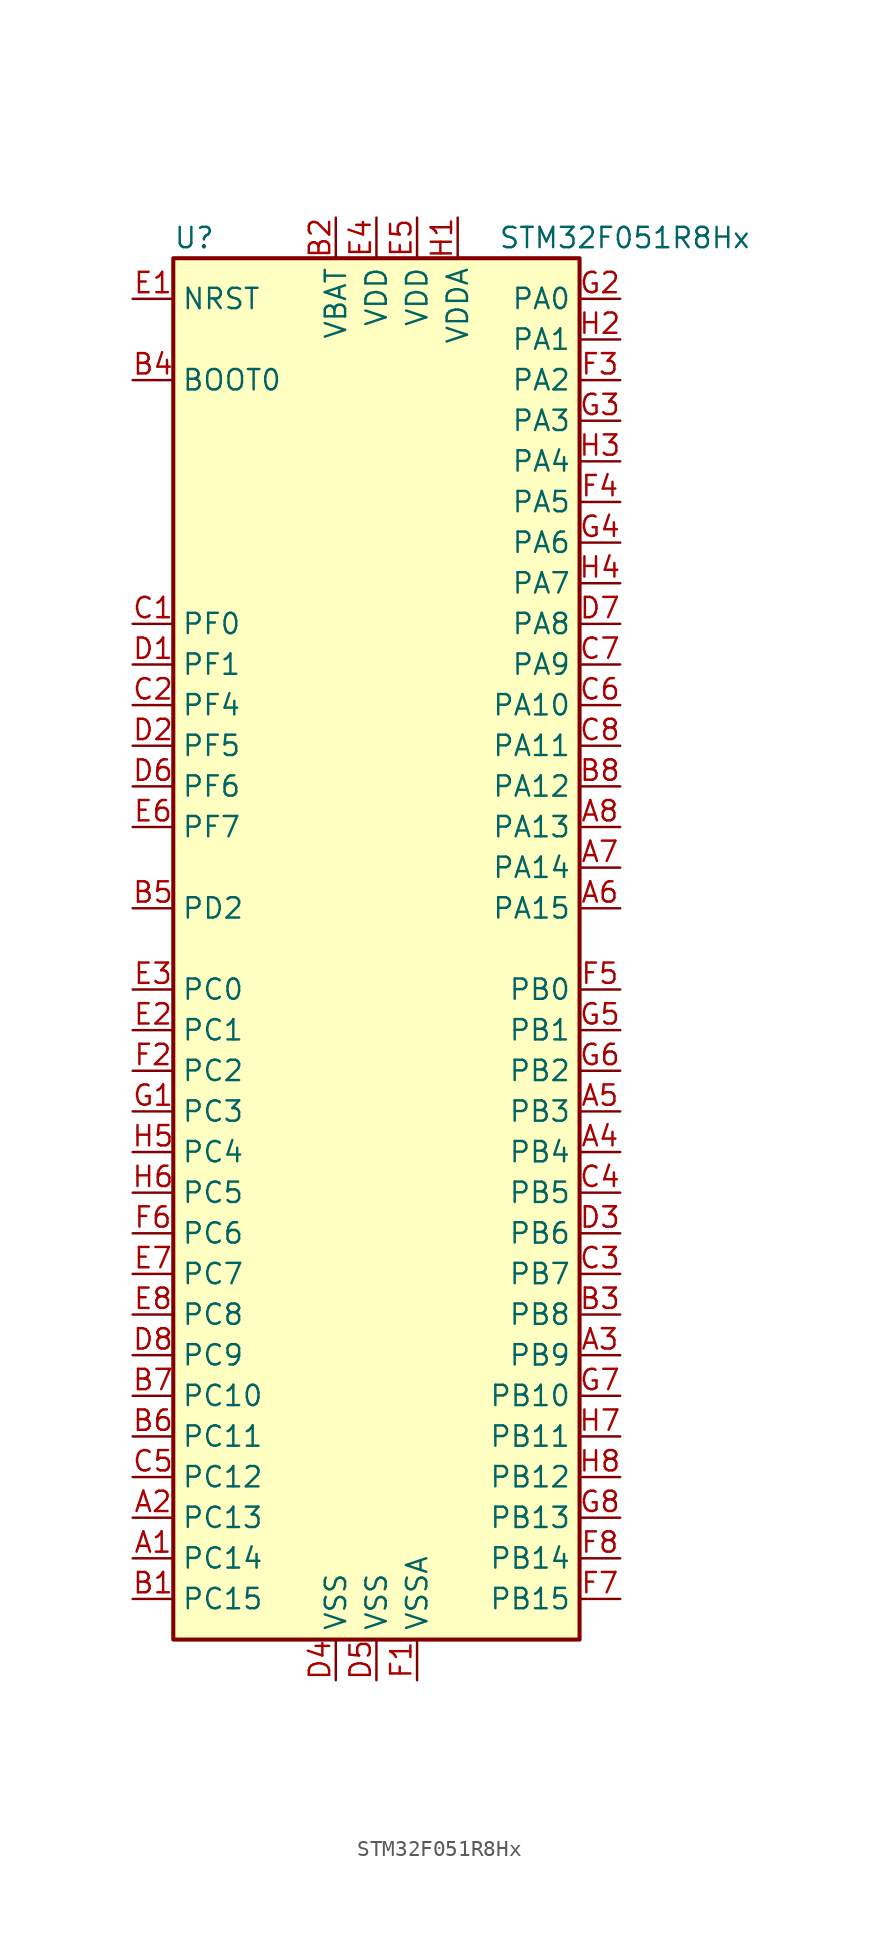
<source format=kicad_sym>
(kicad_symbol_lib
  (version 20201005)
  (generator kicad_symbol_editor)
  (symbol "STM32F051R8Hx"
    (property "Reference" "U"
      (at -12.7 44.45 0)
      (effects (font (size 1.27 1.27)) (justify left)))
    (property "Value" "STM32F051R8Hx"
      (at 7.62 44.45 0)
      (effects (font (size 1.27 1.27)) (justify left)))
    (symbol "STM32F051R8Hx_0_1"
      (rectangle (start -12.7 -43.18) (end 12.7 43.18) (stroke (width 0.254)) (fill (type background))))
    (symbol "STM32F051R8Hx_1_1"
      (pin input line (at -15.24 35.56 0) (length 2.54) (name "BOOT0" (effects (font (size 1.27 1.27)))) (number "B4" (effects (font (size 1.27 1.27)))))
      (pin input line (at -15.24 40.64 0) (length 2.54) (name "NRST" (effects (font (size 1.27 1.27)))) (number "E1" (effects (font (size 1.27 1.27)))))
      (pin bidirectional line (at 15.24 40.64 180) (length 2.54) (name "PA0" (effects (font (size 1.27 1.27)))) (number "G2" (effects (font (size 1.27 1.27)))))
      (pin bidirectional line (at 15.24 38.1 180) (length 2.54) (name "PA1" (effects (font (size 1.27 1.27)))) (number "H2" (effects (font (size 1.27 1.27)))))
      (pin bidirectional line (at 15.24 15.24 180) (length 2.54) (name "PA10" (effects (font (size 1.27 1.27)))) (number "C6" (effects (font (size 1.27 1.27)))))
      (pin bidirectional line (at 15.24 12.7 180) (length 2.54) (name "PA11" (effects (font (size 1.27 1.27)))) (number "C8" (effects (font (size 1.27 1.27)))))
      (pin bidirectional line (at 15.24 10.16 180) (length 2.54) (name "PA12" (effects (font (size 1.27 1.27)))) (number "B8" (effects (font (size 1.27 1.27)))))
      (pin bidirectional line (at 15.24 7.62 180) (length 2.54) (name "PA13" (effects (font (size 1.27 1.27)))) (number "A8" (effects (font (size 1.27 1.27)))))
      (pin bidirectional line (at 15.24 5.08 180) (length 2.54) (name "PA14" (effects (font (size 1.27 1.27)))) (number "A7" (effects (font (size 1.27 1.27)))))
      (pin bidirectional line (at 15.24 2.54 180) (length 2.54) (name "PA15" (effects (font (size 1.27 1.27)))) (number "A6" (effects (font (size 1.27 1.27)))))
      (pin bidirectional line (at 15.24 35.56 180) (length 2.54) (name "PA2" (effects (font (size 1.27 1.27)))) (number "F3" (effects (font (size 1.27 1.27)))))
      (pin bidirectional line (at 15.24 33.02 180) (length 2.54) (name "PA3" (effects (font (size 1.27 1.27)))) (number "G3" (effects (font (size 1.27 1.27)))))
      (pin bidirectional line (at 15.24 30.48 180) (length 2.54) (name "PA4" (effects (font (size 1.27 1.27)))) (number "H3" (effects (font (size 1.27 1.27)))))
      (pin bidirectional line (at 15.24 27.94 180) (length 2.54) (name "PA5" (effects (font (size 1.27 1.27)))) (number "F4" (effects (font (size 1.27 1.27)))))
      (pin bidirectional line (at 15.24 25.4 180) (length 2.54) (name "PA6" (effects (font (size 1.27 1.27)))) (number "G4" (effects (font (size 1.27 1.27)))))
      (pin bidirectional line (at 15.24 22.86 180) (length 2.54) (name "PA7" (effects (font (size 1.27 1.27)))) (number "H4" (effects (font (size 1.27 1.27)))))
      (pin bidirectional line (at 15.24 20.32 180) (length 2.54) (name "PA8" (effects (font (size 1.27 1.27)))) (number "D7" (effects (font (size 1.27 1.27)))))
      (pin bidirectional line (at 15.24 17.78 180) (length 2.54) (name "PA9" (effects (font (size 1.27 1.27)))) (number "C7" (effects (font (size 1.27 1.27)))))
      (pin bidirectional line (at 15.24 -2.54 180) (length 2.54) (name "PB0" (effects (font (size 1.27 1.27)))) (number "F5" (effects (font (size 1.27 1.27)))))
      (pin bidirectional line (at 15.24 -5.08 180) (length 2.54) (name "PB1" (effects (font (size 1.27 1.27)))) (number "G5" (effects (font (size 1.27 1.27)))))
      (pin bidirectional line (at 15.24 -27.94 180) (length 2.54) (name "PB10" (effects (font (size 1.27 1.27)))) (number "G7" (effects (font (size 1.27 1.27)))))
      (pin bidirectional line (at 15.24 -30.48 180) (length 2.54) (name "PB11" (effects (font (size 1.27 1.27)))) (number "H7" (effects (font (size 1.27 1.27)))))
      (pin bidirectional line (at 15.24 -33.02 180) (length 2.54) (name "PB12" (effects (font (size 1.27 1.27)))) (number "H8" (effects (font (size 1.27 1.27)))))
      (pin bidirectional line (at 15.24 -35.56 180) (length 2.54) (name "PB13" (effects (font (size 1.27 1.27)))) (number "G8" (effects (font (size 1.27 1.27)))))
      (pin bidirectional line (at 15.24 -38.1 180) (length 2.54) (name "PB14" (effects (font (size 1.27 1.27)))) (number "F8" (effects (font (size 1.27 1.27)))))
      (pin bidirectional line (at 15.24 -40.64 180) (length 2.54) (name "PB15" (effects (font (size 1.27 1.27)))) (number "F7" (effects (font (size 1.27 1.27)))))
      (pin bidirectional line (at 15.24 -7.62 180) (length 2.54) (name "PB2" (effects (font (size 1.27 1.27)))) (number "G6" (effects (font (size 1.27 1.27)))))
      (pin bidirectional line (at 15.24 -10.16 180) (length 2.54) (name "PB3" (effects (font (size 1.27 1.27)))) (number "A5" (effects (font (size 1.27 1.27)))))
      (pin bidirectional line (at 15.24 -12.7 180) (length 2.54) (name "PB4" (effects (font (size 1.27 1.27)))) (number "A4" (effects (font (size 1.27 1.27)))))
      (pin bidirectional line (at 15.24 -15.24 180) (length 2.54) (name "PB5" (effects (font (size 1.27 1.27)))) (number "C4" (effects (font (size 1.27 1.27)))))
      (pin bidirectional line (at 15.24 -17.78 180) (length 2.54) (name "PB6" (effects (font (size 1.27 1.27)))) (number "D3" (effects (font (size 1.27 1.27)))))
      (pin bidirectional line (at 15.24 -20.32 180) (length 2.54) (name "PB7" (effects (font (size 1.27 1.27)))) (number "C3" (effects (font (size 1.27 1.27)))))
      (pin bidirectional line (at 15.24 -22.86 180) (length 2.54) (name "PB8" (effects (font (size 1.27 1.27)))) (number "B3" (effects (font (size 1.27 1.27)))))
      (pin bidirectional line (at 15.24 -25.4 180) (length 2.54) (name "PB9" (effects (font (size 1.27 1.27)))) (number "A3" (effects (font (size 1.27 1.27)))))
      (pin bidirectional line (at -15.24 -2.54 0) (length 2.54) (name "PC0" (effects (font (size 1.27 1.27)))) (number "E3" (effects (font (size 1.27 1.27)))))
      (pin bidirectional line (at -15.24 -5.08 0) (length 2.54) (name "PC1" (effects (font (size 1.27 1.27)))) (number "E2" (effects (font (size 1.27 1.27)))))
      (pin bidirectional line (at -15.24 -27.94 0) (length 2.54) (name "PC10" (effects (font (size 1.27 1.27)))) (number "B7" (effects (font (size 1.27 1.27)))))
      (pin bidirectional line (at -15.24 -30.48 0) (length 2.54) (name "PC11" (effects (font (size 1.27 1.27)))) (number "B6" (effects (font (size 1.27 1.27)))))
      (pin bidirectional line (at -15.24 -33.02 0) (length 2.54) (name "PC12" (effects (font (size 1.27 1.27)))) (number "C5" (effects (font (size 1.27 1.27)))))
      (pin bidirectional line (at -15.24 -35.56 0) (length 2.54) (name "PC13" (effects (font (size 1.27 1.27)))) (number "A2" (effects (font (size 1.27 1.27)))))
      (pin bidirectional line (at -15.24 -38.1 0) (length 2.54) (name "PC14" (effects (font (size 1.27 1.27)))) (number "A1" (effects (font (size 1.27 1.27)))))
      (pin bidirectional line (at -15.24 -40.64 0) (length 2.54) (name "PC15" (effects (font (size 1.27 1.27)))) (number "B1" (effects (font (size 1.27 1.27)))))
      (pin bidirectional line (at -15.24 -7.62 0) (length 2.54) (name "PC2" (effects (font (size 1.27 1.27)))) (number "F2" (effects (font (size 1.27 1.27)))))
      (pin bidirectional line (at -15.24 -10.16 0) (length 2.54) (name "PC3" (effects (font (size 1.27 1.27)))) (number "G1" (effects (font (size 1.27 1.27)))))
      (pin bidirectional line (at -15.24 -12.7 0) (length 2.54) (name "PC4" (effects (font (size 1.27 1.27)))) (number "H5" (effects (font (size 1.27 1.27)))))
      (pin bidirectional line (at -15.24 -15.24 0) (length 2.54) (name "PC5" (effects (font (size 1.27 1.27)))) (number "H6" (effects (font (size 1.27 1.27)))))
      (pin bidirectional line (at -15.24 -17.78 0) (length 2.54) (name "PC6" (effects (font (size 1.27 1.27)))) (number "F6" (effects (font (size 1.27 1.27)))))
      (pin bidirectional line (at -15.24 -20.32 0) (length 2.54) (name "PC7" (effects (font (size 1.27 1.27)))) (number "E7" (effects (font (size 1.27 1.27)))))
      (pin bidirectional line (at -15.24 -22.86 0) (length 2.54) (name "PC8" (effects (font (size 1.27 1.27)))) (number "E8" (effects (font (size 1.27 1.27)))))
      (pin bidirectional line (at -15.24 -25.4 0) (length 2.54) (name "PC9" (effects (font (size 1.27 1.27)))) (number "D8" (effects (font (size 1.27 1.27)))))
      (pin bidirectional line (at -15.24 2.54 0) (length 2.54) (name "PD2" (effects (font (size 1.27 1.27)))) (number "B5" (effects (font (size 1.27 1.27)))))
      (pin input line (at -15.24 20.32 0) (length 2.54) (name "PF0" (effects (font (size 1.27 1.27)))) (number "C1" (effects (font (size 1.27 1.27)))))
      (pin input line (at -15.24 17.78 0) (length 2.54) (name "PF1" (effects (font (size 1.27 1.27)))) (number "D1" (effects (font (size 1.27 1.27)))))
      (pin bidirectional line (at -15.24 15.24 0) (length 2.54) (name "PF4" (effects (font (size 1.27 1.27)))) (number "C2" (effects (font (size 1.27 1.27)))))
      (pin bidirectional line (at -15.24 12.7 0) (length 2.54) (name "PF5" (effects (font (size 1.27 1.27)))) (number "D2" (effects (font (size 1.27 1.27)))))
      (pin bidirectional line (at -15.24 10.16 0) (length 2.54) (name "PF6" (effects (font (size 1.27 1.27)))) (number "D6" (effects (font (size 1.27 1.27)))))
      (pin bidirectional line (at -15.24 7.62 0) (length 2.54) (name "PF7" (effects (font (size 1.27 1.27)))) (number "E6" (effects (font (size 1.27 1.27)))))
      (pin power_in line (at -2.54 45.72 270) (length 2.54) (name "VBAT" (effects (font (size 1.27 1.27)))) (number "B2" (effects (font (size 1.27 1.27)))))
      (pin power_in line (at 0 45.72 270) (length 2.54) (name "VDD" (effects (font (size 1.27 1.27)))) (number "E4" (effects (font (size 1.27 1.27)))))
      (pin power_in line (at 2.54 45.72 270) (length 2.54) (name "VDD" (effects (font (size 1.27 1.27)))) (number "E5" (effects (font (size 1.27 1.27)))))
      (pin power_in line (at 5.08 45.72 270) (length 2.54) (name "VDDA" (effects (font (size 1.27 1.27)))) (number "H1" (effects (font (size 1.27 1.27)))))
      (pin power_in line (at -2.54 -45.72 90) (length 2.54) (name "VSS" (effects (font (size 1.27 1.27)))) (number "D4" (effects (font (size 1.27 1.27)))))
      (pin power_in line (at 0 -45.72 90) (length 2.54) (name "VSS" (effects (font (size 1.27 1.27)))) (number "D5" (effects (font (size 1.27 1.27)))))
      (pin power_in line (at 2.54 -45.72 90) (length 2.54) (name "VSSA" (effects (font (size 1.27 1.27)))) (number "F1" (effects (font (size 1.27 1.27))))))))
</source>
